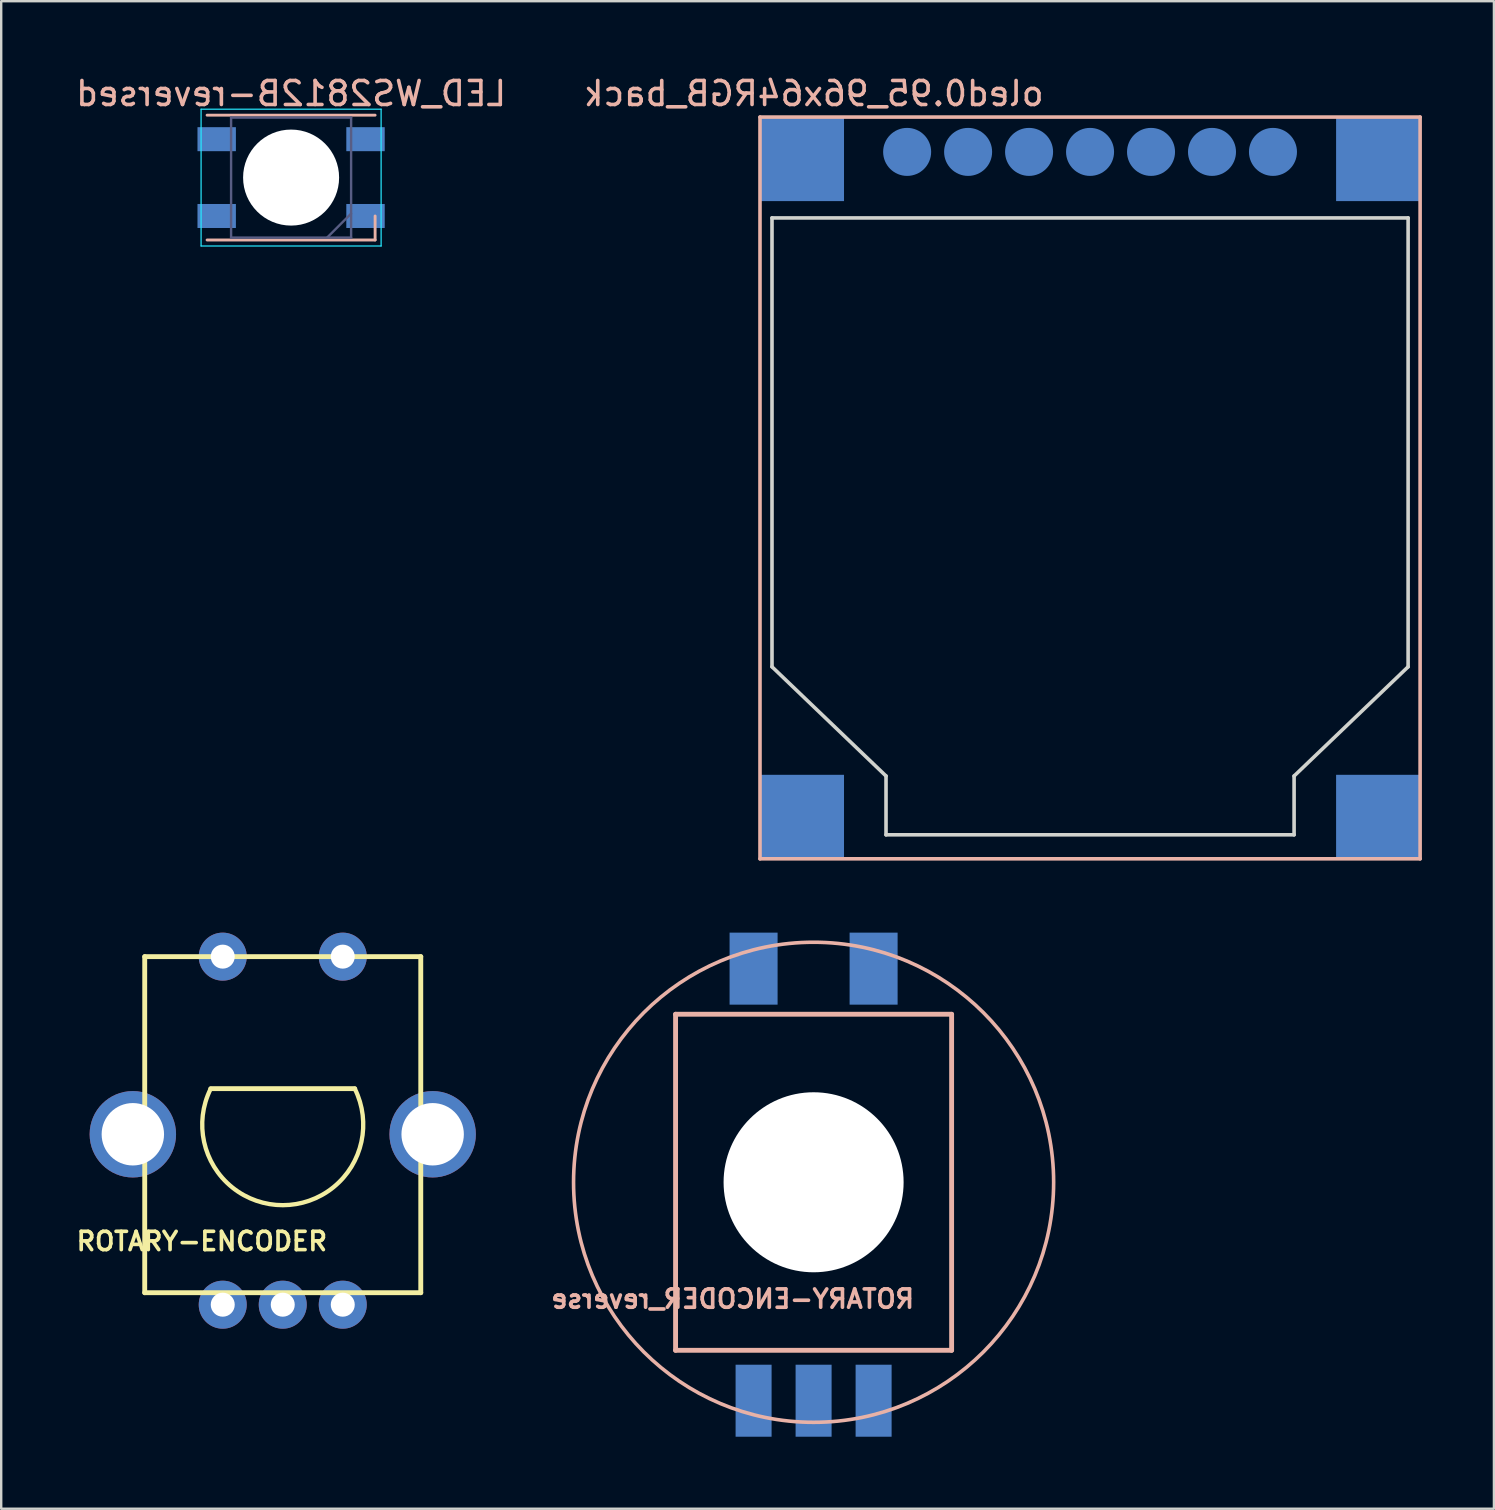
<source format=kicad_pcb>
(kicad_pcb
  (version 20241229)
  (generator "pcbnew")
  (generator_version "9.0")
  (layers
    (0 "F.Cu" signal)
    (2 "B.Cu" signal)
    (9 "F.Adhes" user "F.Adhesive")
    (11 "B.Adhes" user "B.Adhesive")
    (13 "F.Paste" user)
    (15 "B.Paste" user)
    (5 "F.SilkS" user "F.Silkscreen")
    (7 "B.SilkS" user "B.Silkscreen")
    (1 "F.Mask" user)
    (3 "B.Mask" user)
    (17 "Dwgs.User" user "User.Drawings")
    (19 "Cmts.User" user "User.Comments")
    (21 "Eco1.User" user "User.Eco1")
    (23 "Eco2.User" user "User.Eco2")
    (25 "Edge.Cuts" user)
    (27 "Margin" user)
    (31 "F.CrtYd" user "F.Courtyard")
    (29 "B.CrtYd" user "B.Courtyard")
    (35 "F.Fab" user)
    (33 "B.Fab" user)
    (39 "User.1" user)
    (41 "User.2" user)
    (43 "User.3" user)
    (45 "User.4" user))
  (footprint "ROTARY-ENCODER_reverse"
    (layer "F.Cu")
    (at 30.844 46.203)
    (property "Reference" "ROTARY-ENCODER_reverse" (at -3.37 4.86 0) (layer "B.SilkS") (effects (font (size 0.762 0.762) (thickness 0.152)) (justify mirror)))
    (attr through_hole)
    (fp_line (start -5.75 -7) (end 5.75 -7) (stroke (width 0.203) (type solid)) (layer "B.SilkS"))
    (fp_line (start -5.75 7) (end -5.75 -7) (stroke (width 0.203) (type solid)) (layer "B.SilkS"))
    (fp_line (start 5.75 -7) (end 5.75 7) (stroke (width 0.203) (type solid)) (layer "B.SilkS"))
    (fp_line (start 5.75 7) (end -5.75 7) (stroke (width 0.203) (type solid)) (layer "B.SilkS"))
    (fp_circle (center 0 0) (end 10 0) (stroke (width 0.15) (type solid)) (fill no) (layer "B.SilkS"))
    (pad "" np_thru_hole circle (at 0 0) (size 7.5 7.5) (drill 7.5) (layers "*.Cu" "*.Mask"))
    (pad "1" smd rect (at -2.5 9.1) (size 1.5 3) (layers "B.Cu" "B.Mask" "B.Paste"))
    (pad "2" smd rect (at 0 9.1) (size 1.5 3) (layers "B.Cu" "B.Mask" "B.Paste"))
    (pad "3" smd rect (at 2.5 9.1) (size 1.5 3) (layers "B.Cu" "B.Mask" "B.Paste"))
    (pad "4" smd rect (at 2.5 -8.9) (size 2 3) (layers "B.Cu" "B.Mask" "B.Paste"))
    (pad "5" smd rect (at -2.5 -8.9) (size 2 3) (layers "B.Cu" "B.Mask" "B.Paste")))
  (footprint "ROTARY-ENCODER"
    (layer "F.Cu")
    (at 8.729 43.803)
    (property "Reference" "ROTARY-ENCODER" (at -3.37 4.86 0) (layer "F.SilkS") (effects (font (size 0.762 0.762) (thickness 0.152))))
    (attr through_hole)
    (fp_line (start -5.75 -7) (end 5.75 -7) (stroke (width 0.203) (type solid)) (layer "F.SilkS"))
    (fp_line (start -5.75 7) (end -5.75 -7) (stroke (width 0.203) (type solid)) (layer "F.SilkS"))
    (fp_line (start 3 -1.5) (end -3 -1.5) (stroke (width 0.203) (type solid)) (layer "F.SilkS"))
    (fp_line (start 5.75 -7) (end 5.75 7) (stroke (width 0.203) (type solid)) (layer "F.SilkS"))
    (fp_line (start 5.75 7) (end -5.75 7) (stroke (width 0.203) (type solid)) (layer "F.SilkS"))
    (fp_arc (start 3 -1.5) (mid 0.003808 3.3541) (end -3.003398 -1.493184) (stroke (width 0.18) (type solid)) (layer "F.SilkS"))
    (pad "" thru_hole circle (at -6.245 0.4) (size 3.6 3.6) (drill 2.6) (layers "*.Cu" "*.Mask"))
    (pad "" thru_hole circle (at 6.245 0.4) (size 3.6 3.6) (drill 2.6) (layers "*.Cu" "*.Mask"))
    (pad "1" thru_hole circle (at -2.5 7.5) (size 2 2) (drill 1) (layers "*.Cu" "*.Mask"))
    (pad "2" thru_hole circle (at 0 7.5) (size 2 2) (drill 1) (layers "*.Cu" "*.Mask"))
    (pad "3" thru_hole circle (at 2.5 7.5) (size 2 2) (drill 1) (layers "*.Cu" "*.Mask"))
    (pad "4" thru_hole circle (at 2.5 -7) (size 2 2) (drill 1) (layers "*.Cu" "*.Mask"))
    (pad "5" thru_hole circle (at -2.5 -7) (size 2 2) (drill 1) (layers "*.Cu" "*.Mask")))
  (footprint "oled0.95_96x64RGB_back"
    (layer "F.Cu")
    (at 42.361 17.278)
    (property "Reference" "oled0.95_96x64RGB_back" (at -11.51 -16.43 0) (layer "B.SilkS") (effects (font (size 1 1) (thickness 0.15)) (justify mirror)))
    (attr through_hole)
    (fp_line (start -13.75 -15.45) (end 13.75 -15.45) (stroke (width 0.15) (type solid)) (layer "B.SilkS"))
    (fp_line (start -13.75 15.45) (end -13.75 -15.45) (stroke (width 0.15) (type solid)) (layer "B.SilkS"))
    (fp_line (start 13.75 -15.45) (end 13.75 15.45) (stroke (width 0.15) (type solid)) (layer "B.SilkS"))
    (fp_line (start 13.75 15.45) (end -13.75 15.45) (stroke (width 0.15) (type solid)) (layer "B.SilkS"))
    (fp_line (start -13.25 7.45) (end -13.25 -11.25) (stroke (width 0.15) (type solid)) (layer "Edge.Cuts"))
    (fp_line (start -8.5 12) (end -13.25 7.45) (stroke (width 0.15) (type solid)) (layer "Edge.Cuts"))
    (fp_line (start -8.5 12) (end -8.5 14.45) (stroke (width 0.15) (type solid)) (layer "Edge.Cuts"))
    (fp_line (start 8.5 12) (end 8.5 14.45) (stroke (width 0.15) (type solid)) (layer "Edge.Cuts"))
    (fp_line (start 8.5 12) (end 13.25 7.45) (stroke (width 0.15) (type solid)) (layer "Edge.Cuts"))
    (fp_line (start 8.5 14.45) (end -8.5 14.45) (stroke (width 0.15) (type solid)) (layer "Edge.Cuts"))
    (fp_line (start 13.25 -11.25) (end -13.25 -11.25) (stroke (width 0.15) (type solid)) (layer "Edge.Cuts"))
    (fp_line (start 13.25 7.45) (end 13.25 -11.25) (stroke (width 0.15) (type solid)) (layer "Edge.Cuts"))
    (pad "" smd rect (at -12 -13.7) (size 3.5 3.5) (layers "B.Cu" "B.Mask" "B.Paste"))
    (pad "" smd rect (at -12 13.7) (size 3.5 3.5) (layers "B.Cu" "B.Mask" "B.Paste"))
    (pad "" smd rect (at 12 -13.7) (size 3.5 3.5) (layers "B.Cu" "B.Mask" "B.Paste"))
    (pad "" smd rect (at 12 13.7) (size 3.5 3.5) (layers "B.Cu" "B.Mask" "B.Paste"))
    (pad "1" smd circle (at -7.62 -14) (size 2 2) (layers "B.Cu" "B.Mask" "B.Paste"))
    (pad "2" smd circle (at -5.08 -14) (size 2 2) (layers "B.Cu" "B.Mask" "B.Paste"))
    (pad "3" smd circle (at -2.54 -14) (size 2 2) (layers "B.Cu" "B.Mask" "B.Paste"))
    (pad "4" smd circle (at 0 -14) (size 2 2) (layers "B.Cu" "B.Mask" "B.Paste"))
    (pad "5" smd circle (at 2.54 -14) (size 2 2) (layers "B.Cu" "B.Mask" "B.Paste"))
    (pad "6" smd circle (at 5.08 -14) (size 2 2) (layers "B.Cu" "B.Mask" "B.Paste"))
    (pad "7" smd circle (at 7.62 -14) (size 2 2) (layers "B.Cu" "B.Mask" "B.Paste")))
  (footprint "LED_WS2812B-reversed"
    (layer "F.Cu")
    (at 9.077 4.348)
    (property "Reference" "LED_WS2812B-reversed" (at 0 -3.5 0) (layer "B.SilkS") (effects (font (size 1 1) (thickness 0.15)) (justify mirror)))
    (attr smd)
    (fp_line (start -3.5 -2.6) (end 3.5 -2.6) (stroke (width 0.12) (type solid)) (layer "B.SilkS"))
    (fp_line (start -3.5 2.6) (end 3.5 2.6) (stroke (width 0.12) (type solid)) (layer "B.SilkS"))
    (fp_line (start 3.5 2.6) (end 3.5 1.6) (stroke (width 0.12) (type solid)) (layer "B.SilkS"))
    (fp_line (start -3.75 -2.85) (end -3.75 2.85) (stroke (width 0.05) (type solid)) (layer "B.CrtYd"))
    (fp_line (start -3.75 2.85) (end 3.75 2.85) (stroke (width 0.05) (type solid)) (layer "B.CrtYd"))
    (fp_line (start 3.75 -2.85) (end -3.75 -2.85) (stroke (width 0.05) (type solid)) (layer "B.CrtYd"))
    (fp_line (start 3.75 2.85) (end 3.75 -2.85) (stroke (width 0.05) (type solid)) (layer "B.CrtYd"))
    (fp_line (start -2.5 -2.5) (end -2.5 2.5) (stroke (width 0.1) (type solid)) (layer "B.Fab"))
    (fp_line (start -2.5 2.5) (end 2.5 2.5) (stroke (width 0.1) (type solid)) (layer "B.Fab"))
    (fp_line (start 2.5 -2.5) (end -2.5 -2.5) (stroke (width 0.1) (type solid)) (layer "B.Fab"))
    (fp_line (start 2.5 1.5) (end 1.5 2.5) (stroke (width 0.1) (type solid)) (layer "B.Fab"))
    (fp_line (start 2.5 2.5) (end 2.5 -2.5) (stroke (width 0.1) (type solid)) (layer "B.Fab"))
    (pad "" np_thru_hole circle (at 0 0) (size 4 4) (drill 4) (layers "*.Cu" "*.Mask"))
    (pad "1" smd rect (at -3.1 -1.6) (size 1.6 1) (layers "B.Cu" "B.Mask" "B.Paste"))
    (pad "2" smd rect (at -3.1 1.6) (size 1.6 1) (layers "B.Cu" "B.Mask" "B.Paste"))
    (pad "3" smd rect (at 3.1 1.6) (size 1.6 1) (layers "B.Cu" "B.Mask" "B.Paste"))
    (pad "4" smd rect (at 3.1 -1.6) (size 1.6 1) (layers "B.Cu" "B.Mask" "B.Paste")))
  (gr_rect
    (start -3 -3)
    (end 59.186 59.803)
    (stroke (width 0.1) (type default))
    (fill no)
    (layer "Edge.Cuts")))
</source>
